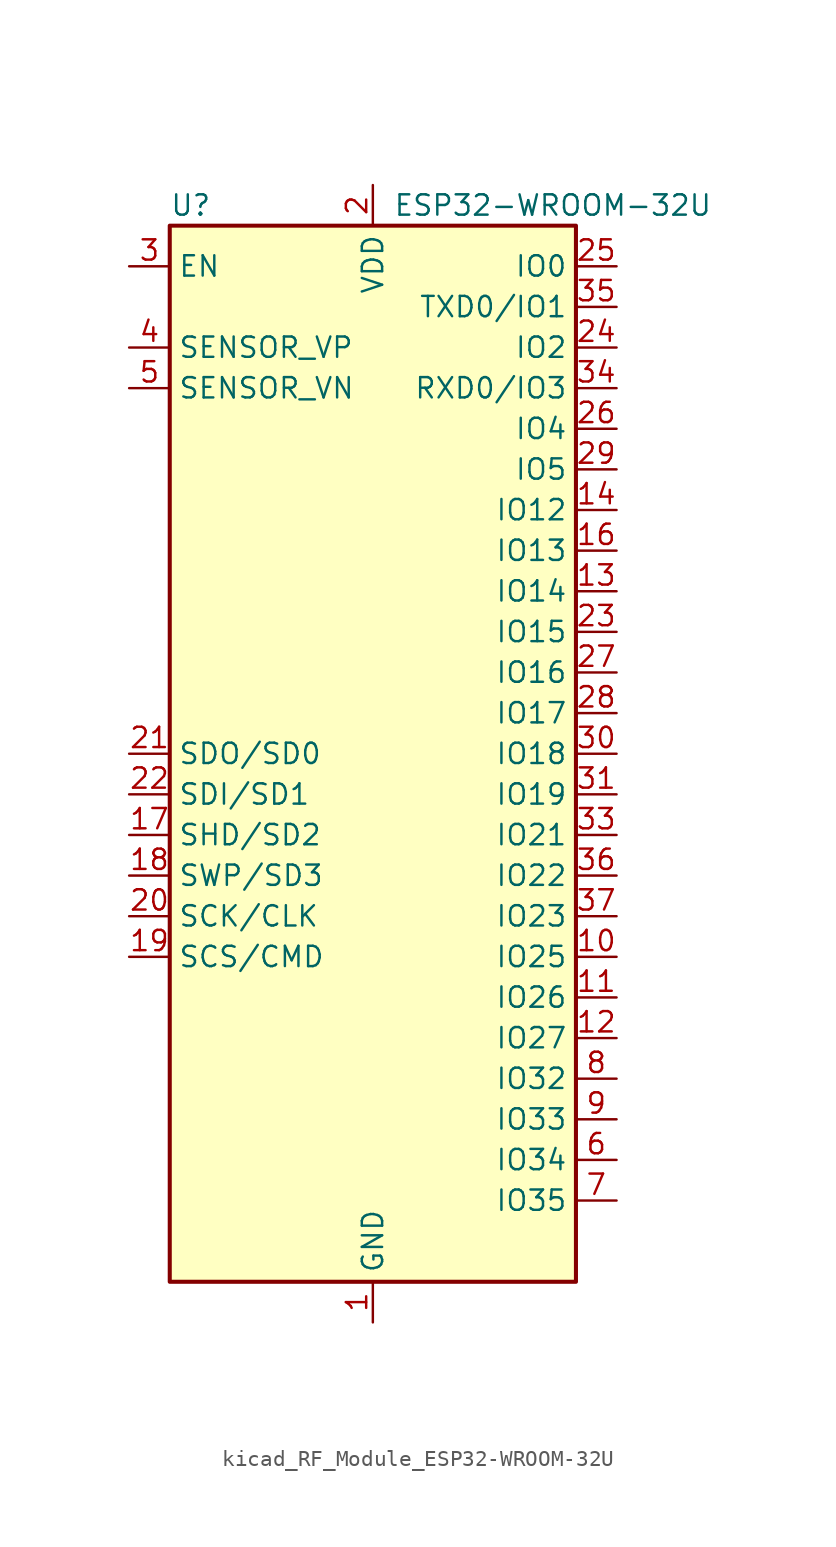
<source format=kicad_sym>
(kicad_symbol_lib
  (version 20220914)
  (generator kicad_symbol_editor)
  (symbol "kicad_RF_Module_ESP32-WROOM-32U"
    (property "Reference" "U"
      (at -12.7 34.29 0)
      (effects (font (size 1.27 1.27)) (justify left)))
    (property "Value" "ESP32-WROOM-32U"
      (at 1.27 34.29 0)
      (effects (font (size 1.27 1.27)) (justify left)))
    (symbol "kicad_RF_Module_ESP32-WROOM-32U_0_1"
      (rectangle (start -12.7 33.02) (end 12.7 -33.02) (stroke (width 0.254) (type default)) (fill (type background))))
    (symbol "kicad_RF_Module_ESP32-WROOM-32U_1_1"
      (pin power_in line (at 0 -35.56 90) (length 2.54) (name "GND" (effects (font (size 1.27 1.27)))) (number "1" (effects (font (size 1.27 1.27)))))
      (pin bidirectional line (at 15.24 -12.7 180) (length 2.54) (name "IO25" (effects (font (size 1.27 1.27)))) (number "10" (effects (font (size 1.27 1.27)))))
      (pin bidirectional line (at 15.24 -15.24 180) (length 2.54) (name "IO26" (effects (font (size 1.27 1.27)))) (number "11" (effects (font (size 1.27 1.27)))))
      (pin bidirectional line (at 15.24 -17.78 180) (length 2.54) (name "IO27" (effects (font (size 1.27 1.27)))) (number "12" (effects (font (size 1.27 1.27)))))
      (pin bidirectional line (at 15.24 10.16 180) (length 2.54) (name "IO14" (effects (font (size 1.27 1.27)))) (number "13" (effects (font (size 1.27 1.27)))))
      (pin bidirectional line (at 15.24 15.24 180) (length 2.54) (name "IO12" (effects (font (size 1.27 1.27)))) (number "14" (effects (font (size 1.27 1.27)))))
      (pin passive line (at 0 -35.56 90) (length 2.54) hide (name "GND" (effects (font (size 1.27 1.27)))) (number "15" (effects (font (size 1.27 1.27)))))
      (pin bidirectional line (at 15.24 12.7 180) (length 2.54) (name "IO13" (effects (font (size 1.27 1.27)))) (number "16" (effects (font (size 1.27 1.27)))))
      (pin bidirectional line (at -15.24 -5.08 0) (length 2.54) (name "SHD/SD2" (effects (font (size 1.27 1.27)))) (number "17" (effects (font (size 1.27 1.27)))))
      (pin bidirectional line (at -15.24 -7.62 0) (length 2.54) (name "SWP/SD3" (effects (font (size 1.27 1.27)))) (number "18" (effects (font (size 1.27 1.27)))))
      (pin bidirectional line (at -15.24 -12.7 0) (length 2.54) (name "SCS/CMD" (effects (font (size 1.27 1.27)))) (number "19" (effects (font (size 1.27 1.27)))))
      (pin power_in line (at 0 35.56 270) (length 2.54) (name "VDD" (effects (font (size 1.27 1.27)))) (number "2" (effects (font (size 1.27 1.27)))))
      (pin bidirectional line (at -15.24 -10.16 0) (length 2.54) (name "SCK/CLK" (effects (font (size 1.27 1.27)))) (number "20" (effects (font (size 1.27 1.27)))))
      (pin bidirectional line (at -15.24 0 0) (length 2.54) (name "SDO/SD0" (effects (font (size 1.27 1.27)))) (number "21" (effects (font (size 1.27 1.27)))))
      (pin bidirectional line (at -15.24 -2.54 0) (length 2.54) (name "SDI/SD1" (effects (font (size 1.27 1.27)))) (number "22" (effects (font (size 1.27 1.27)))))
      (pin bidirectional line (at 15.24 7.62 180) (length 2.54) (name "IO15" (effects (font (size 1.27 1.27)))) (number "23" (effects (font (size 1.27 1.27)))))
      (pin bidirectional line (at 15.24 25.4 180) (length 2.54) (name "IO2" (effects (font (size 1.27 1.27)))) (number "24" (effects (font (size 1.27 1.27)))))
      (pin bidirectional line (at 15.24 30.48 180) (length 2.54) (name "IO0" (effects (font (size 1.27 1.27)))) (number "25" (effects (font (size 1.27 1.27)))))
      (pin bidirectional line (at 15.24 20.32 180) (length 2.54) (name "IO4" (effects (font (size 1.27 1.27)))) (number "26" (effects (font (size 1.27 1.27)))))
      (pin bidirectional line (at 15.24 5.08 180) (length 2.54) (name "IO16" (effects (font (size 1.27 1.27)))) (number "27" (effects (font (size 1.27 1.27)))))
      (pin bidirectional line (at 15.24 2.54 180) (length 2.54) (name "IO17" (effects (font (size 1.27 1.27)))) (number "28" (effects (font (size 1.27 1.27)))))
      (pin bidirectional line (at 15.24 17.78 180) (length 2.54) (name "IO5" (effects (font (size 1.27 1.27)))) (number "29" (effects (font (size 1.27 1.27)))))
      (pin input line (at -15.24 30.48 0) (length 2.54) (name "EN" (effects (font (size 1.27 1.27)))) (number "3" (effects (font (size 1.27 1.27)))))
      (pin bidirectional line (at 15.24 0 180) (length 2.54) (name "IO18" (effects (font (size 1.27 1.27)))) (number "30" (effects (font (size 1.27 1.27)))))
      (pin bidirectional line (at 15.24 -2.54 180) (length 2.54) (name "IO19" (effects (font (size 1.27 1.27)))) (number "31" (effects (font (size 1.27 1.27)))))
      (pin no_connect line (at -12.7 -27.94 0) (length 2.54) hide (name "NC" (effects (font (size 1.27 1.27)))) (number "32" (effects (font (size 1.27 1.27)))))
      (pin bidirectional line (at 15.24 -5.08 180) (length 2.54) (name "IO21" (effects (font (size 1.27 1.27)))) (number "33" (effects (font (size 1.27 1.27)))))
      (pin bidirectional line (at 15.24 22.86 180) (length 2.54) (name "RXD0/IO3" (effects (font (size 1.27 1.27)))) (number "34" (effects (font (size 1.27 1.27)))))
      (pin bidirectional line (at 15.24 27.94 180) (length 2.54) (name "TXD0/IO1" (effects (font (size 1.27 1.27)))) (number "35" (effects (font (size 1.27 1.27)))))
      (pin bidirectional line (at 15.24 -7.62 180) (length 2.54) (name "IO22" (effects (font (size 1.27 1.27)))) (number "36" (effects (font (size 1.27 1.27)))))
      (pin bidirectional line (at 15.24 -10.16 180) (length 2.54) (name "IO23" (effects (font (size 1.27 1.27)))) (number "37" (effects (font (size 1.27 1.27)))))
      (pin passive line (at 0 -35.56 90) (length 2.54) hide (name "GND" (effects (font (size 1.27 1.27)))) (number "38" (effects (font (size 1.27 1.27)))))
      (pin passive line (at 0 -35.56 90) (length 2.54) hide (name "GND" (effects (font (size 1.27 1.27)))) (number "39" (effects (font (size 1.27 1.27)))))
      (pin input line (at -15.24 25.4 0) (length 2.54) (name "SENSOR_VP" (effects (font (size 1.27 1.27)))) (number "4" (effects (font (size 1.27 1.27)))))
      (pin input line (at -15.24 22.86 0) (length 2.54) (name "SENSOR_VN" (effects (font (size 1.27 1.27)))) (number "5" (effects (font (size 1.27 1.27)))))
      (pin input line (at 15.24 -25.4 180) (length 2.54) (name "IO34" (effects (font (size 1.27 1.27)))) (number "6" (effects (font (size 1.27 1.27)))))
      (pin input line (at 15.24 -27.94 180) (length 2.54) (name "IO35" (effects (font (size 1.27 1.27)))) (number "7" (effects (font (size 1.27 1.27)))))
      (pin bidirectional line (at 15.24 -20.32 180) (length 2.54) (name "IO32" (effects (font (size 1.27 1.27)))) (number "8" (effects (font (size 1.27 1.27)))))
      (pin bidirectional line (at 15.24 -22.86 180) (length 2.54) (name "IO33" (effects (font (size 1.27 1.27)))) (number "9" (effects (font (size 1.27 1.27))))))))
</source>
